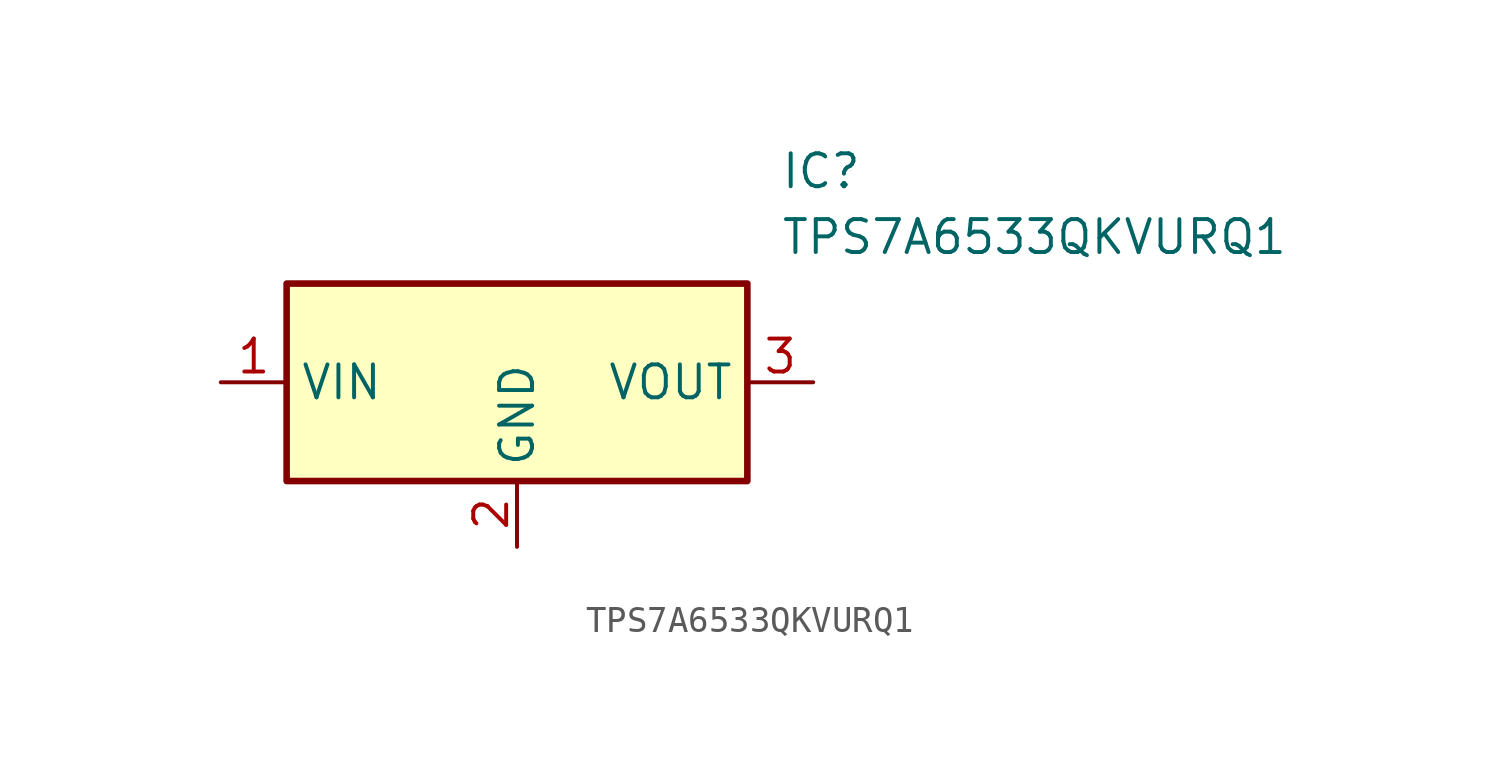
<source format=kicad_sym>
(kicad_symbol_lib
  (version 20241209)
  (generator "kicad_symbol_editor")
  (generator_version "9.0")
  (symbol "TPS7A6533QKVURQ1"
    (property "Reference" "IC"
      (at 24.13 7.62 0)
      (effects (font (size 1.27 1.27)) (justify left top)))
    (property "Value" "TPS7A6533QKVURQ1"
      (at 24.13 5.08 0)
      (effects (font (size 1.27 1.27)) (justify left top)))
    (symbol "TPS7A6533QKVURQ1_1_1"
      (rectangle (start 5.08 2.54) (end 22.86 -5.08) (stroke (width 0.254) (type default)) (fill (type background)))
      (pin passive line (at 2.54 -1.27 0) (length 2.54) (name "VIN" (effects (font (size 1.27 1.27)))) (number "1" (effects (font (size 1.27 1.27)))))
      (pin passive line (at 13.97 -7.62 90) (length 2.54) (name "GND" (effects (font (size 1.27 1.27)))) (number "2" (effects (font (size 1.27 1.27)))))
      (pin passive line (at 25.4 -1.27 180) (length 2.54) (name "VOUT" (effects (font (size 1.27 1.27)))) (number "3" (effects (font (size 1.27 1.27))))))))
</source>
